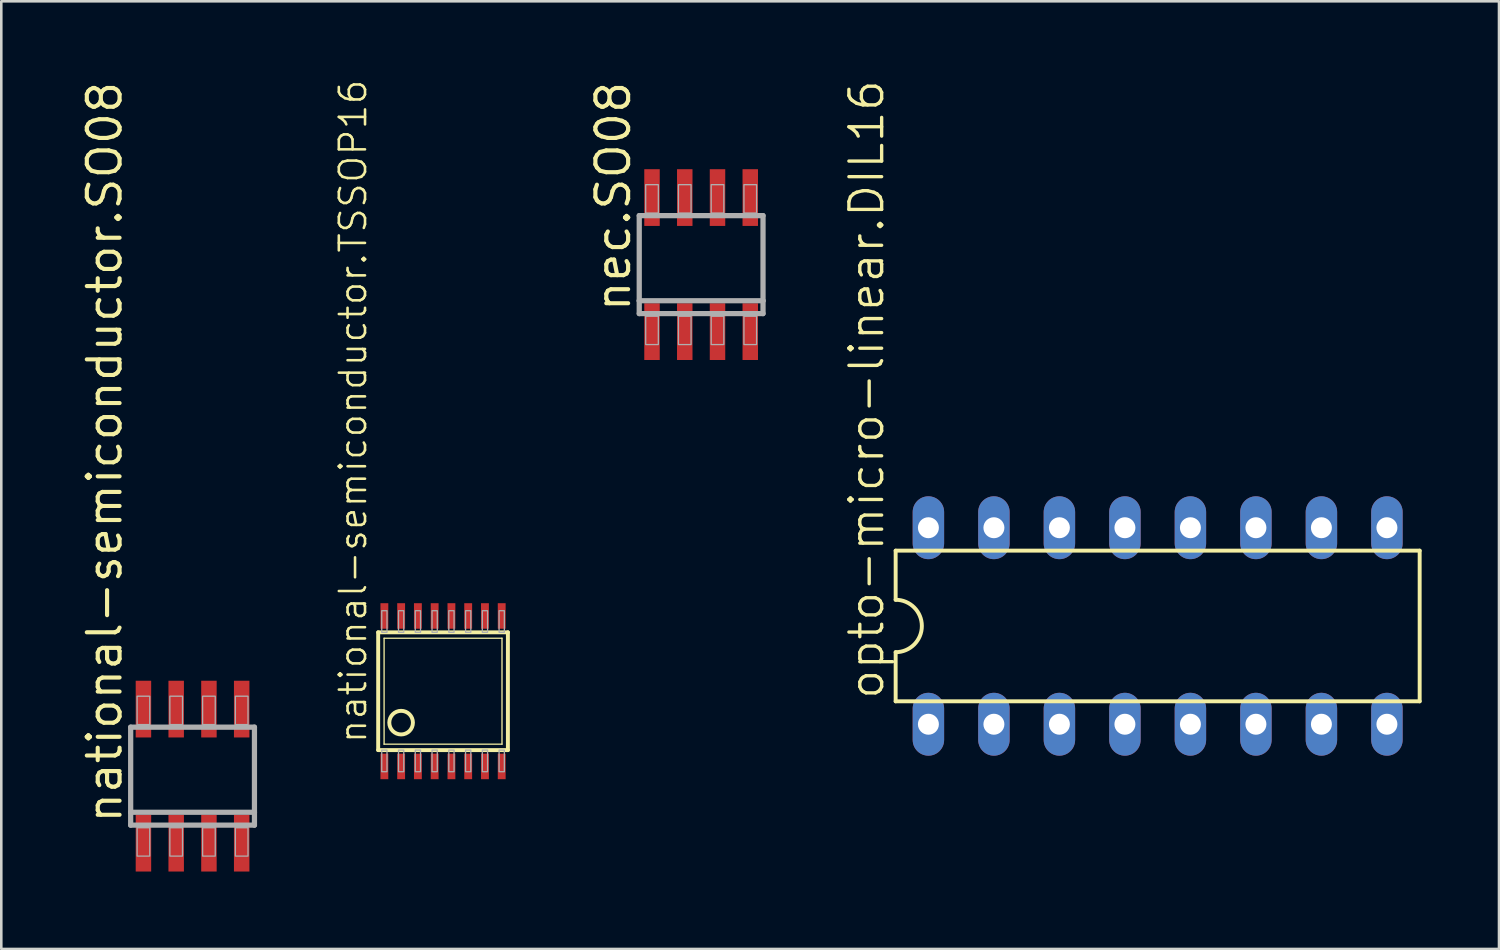
<source format=kicad_pcb>
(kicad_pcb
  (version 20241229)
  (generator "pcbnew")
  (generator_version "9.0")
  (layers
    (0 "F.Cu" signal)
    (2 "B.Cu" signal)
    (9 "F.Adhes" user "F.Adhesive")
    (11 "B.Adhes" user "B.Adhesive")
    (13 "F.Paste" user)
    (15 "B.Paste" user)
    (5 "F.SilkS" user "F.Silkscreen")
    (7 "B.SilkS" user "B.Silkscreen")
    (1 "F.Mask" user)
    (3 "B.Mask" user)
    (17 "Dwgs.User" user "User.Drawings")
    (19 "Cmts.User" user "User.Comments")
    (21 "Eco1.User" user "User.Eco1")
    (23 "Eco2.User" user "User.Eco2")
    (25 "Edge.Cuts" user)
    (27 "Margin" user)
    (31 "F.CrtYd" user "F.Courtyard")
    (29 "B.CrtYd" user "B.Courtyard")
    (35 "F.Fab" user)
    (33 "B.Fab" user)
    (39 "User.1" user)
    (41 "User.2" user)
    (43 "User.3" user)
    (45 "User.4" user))
  (footprint "nec.SO08"
    (layer "F.Cu")
    (at 24.138 7.211)
    (property "Reference" "nec.SO08" (at -2.667 1.905 90) (layer "F.SilkS") (effects (font (size 1.27 1.27) (thickness 0.16)) (justify left bottom)))
    (attr smd)
    (fp_line (start -2.4 -1.9) (end 2.4 -1.9) (stroke (width 0.203) (type default)) (layer "F.Fab"))
    (fp_line (start -2.4 1.4) (end -2.4 -1.9) (stroke (width 0.203) (type default)) (layer "F.Fab"))
    (fp_line (start -2.4 1.9) (end -2.4 1.4) (stroke (width 0.203) (type default)) (layer "F.Fab"))
    (fp_line (start 2.4 -1.9) (end 2.4 1.4) (stroke (width 0.203) (type default)) (layer "F.Fab"))
    (fp_line (start 2.4 1.4) (end -2.4 1.4) (stroke (width 0.203) (type default)) (layer "F.Fab"))
    (fp_line (start 2.4 1.4) (end 2.4 1.9) (stroke (width 0.203) (type default)) (layer "F.Fab"))
    (fp_line (start 2.4 1.9) (end -2.4 1.9) (stroke (width 0.203) (type default)) (layer "F.Fab"))
    (fp_rect (start -2.15 -2) (end -1.66 -3.1) (stroke (width 0.05) (type default)) (fill no) (layer "F.Fab"))
    (fp_rect (start -2.15 3.1) (end -1.66 2) (stroke (width 0.05) (type default)) (fill no) (layer "F.Fab"))
    (fp_rect (start -0.88 -2) (end -0.39 -3.1) (stroke (width 0.05) (type default)) (fill no) (layer "F.Fab"))
    (fp_rect (start -0.88 3.1) (end -0.39 2) (stroke (width 0.05) (type default)) (fill no) (layer "F.Fab"))
    (fp_rect (start 0.39 -2) (end 0.88 -3.1) (stroke (width 0.05) (type default)) (fill no) (layer "F.Fab"))
    (fp_rect (start 0.39 3.1) (end 0.88 2) (stroke (width 0.05) (type default)) (fill no) (layer "F.Fab"))
    (fp_rect (start 1.66 -2) (end 2.15 -3.1) (stroke (width 0.05) (type default)) (fill no) (layer "F.Fab"))
    (fp_rect (start 1.66 3.1) (end 2.15 2) (stroke (width 0.05) (type default)) (fill no) (layer "F.Fab"))
    (pad "1" smd roundrect (at -1.905 2.6) (size 0.6 2.2) (layers "F.Cu" "F.Mask" "F.Paste") (roundrect_rratio 0.01))
    (pad "2" smd roundrect (at -0.635 2.6) (size 0.6 2.2) (layers "F.Cu" "F.Mask" "F.Paste") (roundrect_rratio 0.01))
    (pad "3" smd roundrect (at 0.635 2.6) (size 0.6 2.2) (layers "F.Cu" "F.Mask" "F.Paste") (roundrect_rratio 0.01))
    (pad "4" smd roundrect (at 1.905 2.6) (size 0.6 2.2) (layers "F.Cu" "F.Mask" "F.Paste") (roundrect_rratio 0.01))
    (pad "5" smd roundrect (at 1.905 -2.6) (size 0.6 2.2) (layers "F.Cu" "F.Mask" "F.Paste") (roundrect_rratio 0.01))
    (pad "6" smd roundrect (at 0.635 -2.6) (size 0.6 2.2) (layers "F.Cu" "F.Mask" "F.Paste") (roundrect_rratio 0.01))
    (pad "7" smd roundrect (at -0.635 -2.6) (size 0.6 2.2) (layers "F.Cu" "F.Mask" "F.Paste") (roundrect_rratio 0.01))
    (pad "8" smd roundrect (at -1.905 -2.6) (size 0.6 2.2) (layers "F.Cu" "F.Mask" "F.Paste") (roundrect_rratio 0.01)))
  (footprint "opto-micro-linear.DIL16"
    (layer "F.Cu")
    (at 41.841 21.224)
    (property "Reference" "opto-micro-linear.DIL16" (at -10.541 2.921 90) (layer "F.SilkS") (effects (font (size 1.27 1.27) (thickness 0.13)) (justify left bottom)))
    (attr through_hole)
    (fp_line (start -10.16 -2.921) (end -10.16 -1.016) (stroke (width 0.152) (type default)) (layer "F.SilkS"))
    (fp_line (start -10.16 2.921) (end -10.16 1.016) (stroke (width 0.152) (type default)) (layer "F.SilkS"))
    (fp_line (start -10.16 2.921) (end 10.16 2.921) (stroke (width 0.152) (type default)) (layer "F.SilkS"))
    (fp_line (start 10.16 -2.921) (end -10.16 -2.921) (stroke (width 0.152) (type default)) (layer "F.SilkS"))
    (fp_line (start 10.16 -2.921) (end 10.16 2.921) (stroke (width 0.152) (type default)) (layer "F.SilkS"))
    (fp_arc (start -10.16 -1.016) (mid -9.144 0) (end -10.16 1.016) (stroke (width 0.1524) (type default)) (layer "F.SilkS"))
    (pad "1" thru_hole oval (at -8.89 3.81 90) (size 2.438 1.219) (drill 0.813) (layers "*.Cu" "*.Mask"))
    (pad "2" thru_hole oval (at -6.35 3.81 90) (size 2.438 1.219) (drill 0.813) (layers "*.Cu" "*.Mask"))
    (pad "3" thru_hole oval (at -3.81 3.81 90) (size 2.438 1.219) (drill 0.813) (layers "*.Cu" "*.Mask"))
    (pad "4" thru_hole oval (at -1.27 3.81 90) (size 2.438 1.219) (drill 0.813) (layers "*.Cu" "*.Mask"))
    (pad "5" thru_hole oval (at 1.27 3.81 90) (size 2.438 1.219) (drill 0.813) (layers "*.Cu" "*.Mask"))
    (pad "6" thru_hole oval (at 3.81 3.81 90) (size 2.438 1.219) (drill 0.813) (layers "*.Cu" "*.Mask"))
    (pad "7" thru_hole oval (at 6.35 3.81 90) (size 2.438 1.219) (drill 0.813) (layers "*.Cu" "*.Mask"))
    (pad "8" thru_hole oval (at 8.89 3.81 90) (size 2.438 1.219) (drill 0.813) (layers "*.Cu" "*.Mask"))
    (pad "9" thru_hole oval (at 8.89 -3.81 90) (size 2.438 1.219) (drill 0.813) (layers "*.Cu" "*.Mask"))
    (pad "10" thru_hole oval (at 6.35 -3.81 90) (size 2.438 1.219) (drill 0.813) (layers "*.Cu" "*.Mask"))
    (pad "11" thru_hole oval (at 3.81 -3.81 90) (size 2.438 1.219) (drill 0.813) (layers "*.Cu" "*.Mask"))
    (pad "12" thru_hole oval (at 1.27 -3.81 90) (size 2.438 1.219) (drill 0.813) (layers "*.Cu" "*.Mask"))
    (pad "13" thru_hole oval (at -1.27 -3.81 90) (size 2.438 1.219) (drill 0.813) (layers "*.Cu" "*.Mask"))
    (pad "14" thru_hole oval (at -3.81 -3.81 90) (size 2.438 1.219) (drill 0.813) (layers "*.Cu" "*.Mask"))
    (pad "15" thru_hole oval (at -6.35 -3.81 90) (size 2.438 1.219) (drill 0.813) (layers "*.Cu" "*.Mask"))
    (pad "16" thru_hole oval (at -8.89 -3.81 90) (size 2.438 1.219) (drill 0.813) (layers "*.Cu" "*.Mask")))
  (footprint "national-semiconductor.TSSOP16"
    (layer "F.Cu")
    (at 14.13 23.753)
    (property "Reference" "national-semiconductor.TSSOP16" (at -2.896 2.083 90) (layer "F.SilkS") (effects (font (size 1.016 1.016) (thickness 0.1)) (justify left bottom)))
    (attr smd)
    (fp_line (start -2.515 2.283) (end -2.515 -2.283) (stroke (width 0.152) (type default)) (layer "F.SilkS"))
    (fp_line (start -2.515 2.283) (end 2.515 2.283) (stroke (width 0.152) (type default)) (layer "F.SilkS"))
    (fp_line (start -2.286 2.054) (end -2.286 -2.054) (stroke (width 0.051) (type default)) (layer "F.SilkS"))
    (fp_line (start -2.286 2.054) (end 2.286 2.054) (stroke (width 0.051) (type default)) (layer "F.SilkS"))
    (fp_line (start 2.286 -2.054) (end -2.286 -2.054) (stroke (width 0.051) (type default)) (layer "F.SilkS"))
    (fp_line (start 2.286 -2.054) (end 2.286 2.054) (stroke (width 0.051) (type default)) (layer "F.SilkS"))
    (fp_line (start 2.515 -2.283) (end -2.515 -2.283) (stroke (width 0.152) (type default)) (layer "F.SilkS"))
    (fp_line (start 2.515 -2.283) (end 2.515 2.283) (stroke (width 0.152) (type default)) (layer "F.SilkS"))
    (fp_circle (center -1.626 1.219) (end -1.168 1.219) (stroke (width 0.152) (type default)) (fill no) (layer "F.SilkS"))
    (fp_rect (start -2.377 -2.283) (end -2.173 -3.121) (stroke (width 0.05) (type default)) (fill no) (layer "F.Fab"))
    (fp_rect (start -2.377 3.121) (end -2.173 2.283) (stroke (width 0.05) (type default)) (fill no) (layer "F.Fab"))
    (fp_rect (start -1.727 -2.283) (end -1.523 -3.121) (stroke (width 0.05) (type default)) (fill no) (layer "F.Fab"))
    (fp_rect (start -1.727 3.121) (end -1.523 2.283) (stroke (width 0.05) (type default)) (fill no) (layer "F.Fab"))
    (fp_rect (start -1.077 -2.283) (end -0.873 -3.121) (stroke (width 0.05) (type default)) (fill no) (layer "F.Fab"))
    (fp_rect (start -1.077 3.121) (end -0.873 2.283) (stroke (width 0.05) (type default)) (fill no) (layer "F.Fab"))
    (fp_rect (start -0.427 -2.283) (end -0.223 -3.121) (stroke (width 0.05) (type default)) (fill no) (layer "F.Fab"))
    (fp_rect (start -0.427 3.121) (end -0.223 2.283) (stroke (width 0.05) (type default)) (fill no) (layer "F.Fab"))
    (fp_rect (start 0.223 -2.283) (end 0.427 -3.121) (stroke (width 0.05) (type default)) (fill no) (layer "F.Fab"))
    (fp_rect (start 0.223 3.121) (end 0.427 2.283) (stroke (width 0.05) (type default)) (fill no) (layer "F.Fab"))
    (fp_rect (start 0.873 -2.283) (end 1.077 -3.121) (stroke (width 0.05) (type default)) (fill no) (layer "F.Fab"))
    (fp_rect (start 0.873 3.121) (end 1.077 2.283) (stroke (width 0.05) (type default)) (fill no) (layer "F.Fab"))
    (fp_rect (start 1.523 -2.283) (end 1.727 -3.121) (stroke (width 0.05) (type default)) (fill no) (layer "F.Fab"))
    (fp_rect (start 1.523 3.121) (end 1.727 2.283) (stroke (width 0.05) (type default)) (fill no) (layer "F.Fab"))
    (fp_rect (start 2.173 -2.283) (end 2.377 -3.121) (stroke (width 0.05) (type default)) (fill no) (layer "F.Fab"))
    (fp_rect (start 2.173 3.121) (end 2.377 2.283) (stroke (width 0.05) (type default)) (fill no) (layer "F.Fab"))
    (pad "1" smd roundrect (at -2.275 2.918) (size 0.305 0.991) (layers "F.Cu" "F.Mask" "F.Paste") (roundrect_rratio 0.01))
    (pad "2" smd roundrect (at -1.625 2.918) (size 0.305 0.991) (layers "F.Cu" "F.Mask" "F.Paste") (roundrect_rratio 0.01))
    (pad "3" smd roundrect (at -0.975 2.918) (size 0.305 0.991) (layers "F.Cu" "F.Mask" "F.Paste") (roundrect_rratio 0.01))
    (pad "4" smd roundrect (at -0.325 2.918) (size 0.305 0.991) (layers "F.Cu" "F.Mask" "F.Paste") (roundrect_rratio 0.01))
    (pad "5" smd roundrect (at 0.325 2.918) (size 0.305 0.991) (layers "F.Cu" "F.Mask" "F.Paste") (roundrect_rratio 0.01))
    (pad "6" smd roundrect (at 0.975 2.918) (size 0.305 0.991) (layers "F.Cu" "F.Mask" "F.Paste") (roundrect_rratio 0.01))
    (pad "7" smd roundrect (at 1.625 2.918) (size 0.305 0.991) (layers "F.Cu" "F.Mask" "F.Paste") (roundrect_rratio 0.01))
    (pad "8" smd roundrect (at 2.275 2.918) (size 0.305 0.991) (layers "F.Cu" "F.Mask" "F.Paste") (roundrect_rratio 0.01))
    (pad "9" smd roundrect (at 2.275 -2.918) (size 0.305 0.991) (layers "F.Cu" "F.Mask" "F.Paste") (roundrect_rratio 0.01))
    (pad "10" smd roundrect (at 1.625 -2.918) (size 0.305 0.991) (layers "F.Cu" "F.Mask" "F.Paste") (roundrect_rratio 0.01))
    (pad "11" smd roundrect (at 0.975 -2.918) (size 0.305 0.991) (layers "F.Cu" "F.Mask" "F.Paste") (roundrect_rratio 0.01))
    (pad "12" smd roundrect (at 0.325 -2.918) (size 0.305 0.991) (layers "F.Cu" "F.Mask" "F.Paste") (roundrect_rratio 0.01))
    (pad "13" smd roundrect (at -0.325 -2.918) (size 0.305 0.991) (layers "F.Cu" "F.Mask" "F.Paste") (roundrect_rratio 0.01))
    (pad "14" smd roundrect (at -0.975 -2.918) (size 0.305 0.991) (layers "F.Cu" "F.Mask" "F.Paste") (roundrect_rratio 0.01))
    (pad "15" smd roundrect (at -1.625 -2.918) (size 0.305 0.991) (layers "F.Cu" "F.Mask" "F.Paste") (roundrect_rratio 0.01))
    (pad "16" smd roundrect (at -2.275 -2.918) (size 0.305 0.991) (layers "F.Cu" "F.Mask" "F.Paste") (roundrect_rratio 0.01)))
  (footprint "national-semiconductor.SO08"
    (layer "F.Cu")
    (at 4.417 27.047)
    (property "Reference" "national-semiconductor.SO08" (at -2.667 1.905 90) (layer "F.SilkS") (effects (font (size 1.27 1.27) (thickness 0.16)) (justify left bottom)))
    (attr smd)
    (fp_line (start -2.4 -1.9) (end 2.4 -1.9) (stroke (width 0.203) (type default)) (layer "F.Fab"))
    (fp_line (start -2.4 1.4) (end -2.4 -1.9) (stroke (width 0.203) (type default)) (layer "F.Fab"))
    (fp_line (start -2.4 1.9) (end -2.4 1.4) (stroke (width 0.203) (type default)) (layer "F.Fab"))
    (fp_line (start 2.4 -1.9) (end 2.4 1.4) (stroke (width 0.203) (type default)) (layer "F.Fab"))
    (fp_line (start 2.4 1.4) (end -2.4 1.4) (stroke (width 0.203) (type default)) (layer "F.Fab"))
    (fp_line (start 2.4 1.4) (end 2.4 1.9) (stroke (width 0.203) (type default)) (layer "F.Fab"))
    (fp_line (start 2.4 1.9) (end -2.4 1.9) (stroke (width 0.203) (type default)) (layer "F.Fab"))
    (fp_rect (start -2.15 -2) (end -1.66 -3.1) (stroke (width 0.05) (type default)) (fill no) (layer "F.Fab"))
    (fp_rect (start -2.15 3.1) (end -1.66 2) (stroke (width 0.05) (type default)) (fill no) (layer "F.Fab"))
    (fp_rect (start -0.88 -2) (end -0.39 -3.1) (stroke (width 0.05) (type default)) (fill no) (layer "F.Fab"))
    (fp_rect (start -0.88 3.1) (end -0.39 2) (stroke (width 0.05) (type default)) (fill no) (layer "F.Fab"))
    (fp_rect (start 0.39 -2) (end 0.88 -3.1) (stroke (width 0.05) (type default)) (fill no) (layer "F.Fab"))
    (fp_rect (start 0.39 3.1) (end 0.88 2) (stroke (width 0.05) (type default)) (fill no) (layer "F.Fab"))
    (fp_rect (start 1.66 -2) (end 2.15 -3.1) (stroke (width 0.05) (type default)) (fill no) (layer "F.Fab"))
    (fp_rect (start 1.66 3.1) (end 2.15 2) (stroke (width 0.05) (type default)) (fill no) (layer "F.Fab"))
    (pad "1" smd roundrect (at -1.905 2.6) (size 0.6 2.2) (layers "F.Cu" "F.Mask" "F.Paste") (roundrect_rratio 0.01))
    (pad "2" smd roundrect (at -0.635 2.6) (size 0.6 2.2) (layers "F.Cu" "F.Mask" "F.Paste") (roundrect_rratio 0.01))
    (pad "3" smd roundrect (at 0.635 2.6) (size 0.6 2.2) (layers "F.Cu" "F.Mask" "F.Paste") (roundrect_rratio 0.01))
    (pad "4" smd roundrect (at 1.905 2.6) (size 0.6 2.2) (layers "F.Cu" "F.Mask" "F.Paste") (roundrect_rratio 0.01))
    (pad "5" smd roundrect (at 1.905 -2.6) (size 0.6 2.2) (layers "F.Cu" "F.Mask" "F.Paste") (roundrect_rratio 0.01))
    (pad "6" smd roundrect (at 0.635 -2.6) (size 0.6 2.2) (layers "F.Cu" "F.Mask" "F.Paste") (roundrect_rratio 0.01))
    (pad "7" smd roundrect (at -0.635 -2.6) (size 0.6 2.2) (layers "F.Cu" "F.Mask" "F.Paste") (roundrect_rratio 0.01))
    (pad "8" smd roundrect (at -1.905 -2.6) (size 0.6 2.2) (layers "F.Cu" "F.Mask" "F.Paste") (roundrect_rratio 0.01)))
  (gr_rect
    (start -3 -3)
    (end 55.077 33.747)
    (stroke (width 0.1) (type default))
    (fill no)
    (layer "Edge.Cuts")))
</source>
